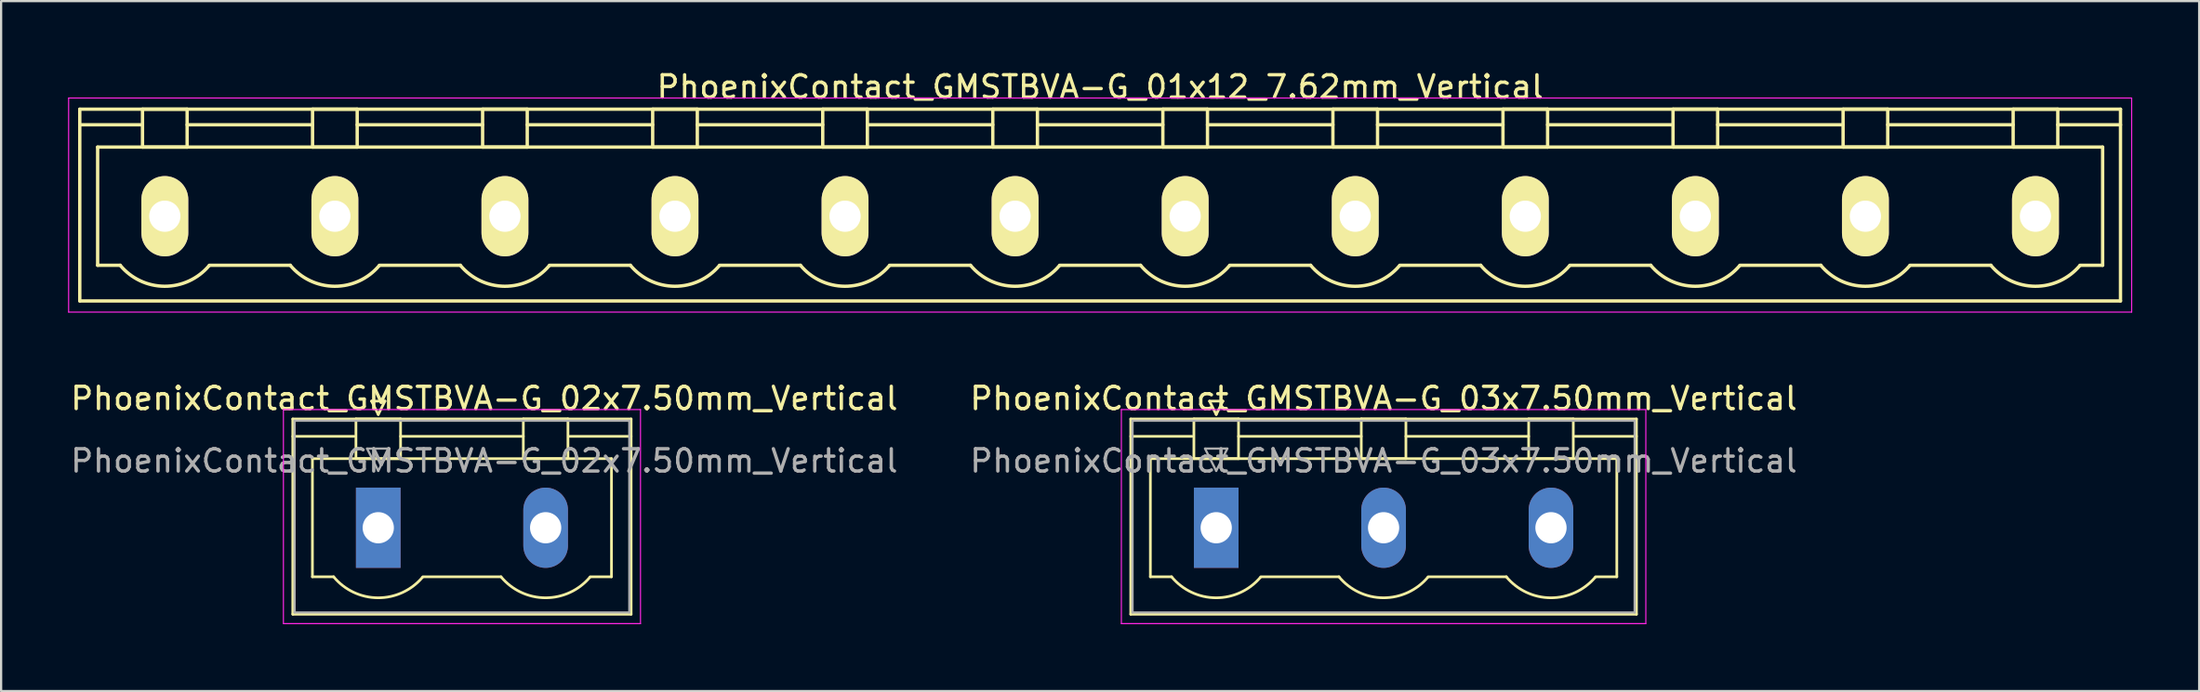
<source format=kicad_pcb>
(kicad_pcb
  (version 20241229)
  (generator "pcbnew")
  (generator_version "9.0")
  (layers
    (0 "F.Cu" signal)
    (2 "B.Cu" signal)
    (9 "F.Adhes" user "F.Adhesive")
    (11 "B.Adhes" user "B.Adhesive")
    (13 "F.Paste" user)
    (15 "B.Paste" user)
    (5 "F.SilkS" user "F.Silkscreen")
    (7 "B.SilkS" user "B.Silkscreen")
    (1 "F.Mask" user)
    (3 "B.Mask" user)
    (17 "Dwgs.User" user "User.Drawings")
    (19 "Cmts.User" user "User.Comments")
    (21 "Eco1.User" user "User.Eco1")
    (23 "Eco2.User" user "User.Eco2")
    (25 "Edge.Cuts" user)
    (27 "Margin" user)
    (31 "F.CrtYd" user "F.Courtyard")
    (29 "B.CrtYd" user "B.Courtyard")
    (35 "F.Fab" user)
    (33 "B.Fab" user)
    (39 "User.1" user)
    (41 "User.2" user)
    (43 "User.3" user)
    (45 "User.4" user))
  (footprint "PhoenixContact_GMSTBVA-G_02x7.50mm_Vertical"
    (layer "F.Cu")
    (at 13.899 20.622)
    (property "Reference" "PhoenixContact_GMSTBVA-G_02x7.50mm_Vertical" (at 4.75 -5.8 0) (layer "F.SilkS") (effects (font (size 1 1) (thickness 0.15))))
    (attr through_hole)
    (fp_line (start -3.83 -4.88) (end -3.83 3.88) (stroke (width 0.12) (type solid)) (layer "F.SilkS"))
    (fp_line (start -3.83 -4.1) (end -1.08 -4.1) (stroke (width 0.12) (type solid)) (layer "F.SilkS"))
    (fp_line (start -3.83 3.88) (end 11.33 3.88) (stroke (width 0.12) (type solid)) (layer "F.SilkS"))
    (fp_line (start -2.95 -3.1) (end 10.45 -3.1) (stroke (width 0.12) (type solid)) (layer "F.SilkS"))
    (fp_line (start -2.95 2.2) (end -2.95 -3.1) (stroke (width 0.12) (type solid)) (layer "F.SilkS"))
    (fp_line (start -2 2.2) (end -2.95 2.2) (stroke (width 0.12) (type solid)) (layer "F.SilkS"))
    (fp_line (start -1 -4.88) (end 1 -4.88) (stroke (width 0.12) (type solid)) (layer "F.SilkS"))
    (fp_line (start -1 -3.1) (end -1 -4.88) (stroke (width 0.12) (type solid)) (layer "F.SilkS"))
    (fp_line (start -0.3 -5.68) (end 0.3 -5.68) (stroke (width 0.12) (type solid)) (layer "F.SilkS"))
    (fp_line (start 0 -5.08) (end -0.3 -5.68) (stroke (width 0.12) (type solid)) (layer "F.SilkS"))
    (fp_line (start 0.3 -5.68) (end 0 -5.08) (stroke (width 0.12) (type solid)) (layer "F.SilkS"))
    (fp_line (start 1 -4.88) (end 1 -3.1) (stroke (width 0.12) (type solid)) (layer "F.SilkS"))
    (fp_line (start 1 -4.1) (end 6.5 -4.1) (stroke (width 0.12) (type solid)) (layer "F.SilkS"))
    (fp_line (start 1 -3.1) (end -1 -3.1) (stroke (width 0.12) (type solid)) (layer "F.SilkS"))
    (fp_line (start 2 2.2) (end 5.5 2.2) (stroke (width 0.12) (type solid)) (layer "F.SilkS"))
    (fp_line (start 6.5 -4.88) (end 8.5 -4.88) (stroke (width 0.12) (type solid)) (layer "F.SilkS"))
    (fp_line (start 6.5 -3.1) (end 6.5 -4.88) (stroke (width 0.12) (type solid)) (layer "F.SilkS"))
    (fp_line (start 8.5 -4.88) (end 8.5 -3.1) (stroke (width 0.12) (type solid)) (layer "F.SilkS"))
    (fp_line (start 8.5 -3.1) (end 6.5 -3.1) (stroke (width 0.12) (type solid)) (layer "F.SilkS"))
    (fp_line (start 10.45 -3.1) (end 10.45 2.2) (stroke (width 0.12) (type solid)) (layer "F.SilkS"))
    (fp_line (start 10.45 2.2) (end 9.5 2.2) (stroke (width 0.12) (type solid)) (layer "F.SilkS"))
    (fp_line (start 11.33 -4.88) (end -3.83 -4.88) (stroke (width 0.12) (type solid)) (layer "F.SilkS"))
    (fp_line (start 11.33 -4.1) (end 8.58 -4.1) (stroke (width 0.12) (type solid)) (layer "F.SilkS"))
    (fp_line (start 11.33 3.88) (end 11.33 -4.88) (stroke (width 0.12) (type solid)) (layer "F.SilkS"))
    (fp_arc (start 1.986842 2.215821) (mid -0.010289 3.142758) (end -2 2.2) (stroke (width 0.12) (type solid)) (layer "F.SilkS"))
    (fp_arc (start 9.486842 2.215821) (mid 7.489711 3.142758) (end 5.5 2.2) (stroke (width 0.12) (type solid)) (layer "F.SilkS"))
    (fp_line (start -4.25 -5.3) (end -4.25 4.3) (stroke (width 0.05) (type solid)) (layer "F.CrtYd"))
    (fp_line (start -4.25 4.3) (end 11.75 4.3) (stroke (width 0.05) (type solid)) (layer "F.CrtYd"))
    (fp_line (start 11.75 -5.3) (end -4.25 -5.3) (stroke (width 0.05) (type solid)) (layer "F.CrtYd"))
    (fp_line (start 11.75 4.3) (end 11.75 -5.3) (stroke (width 0.05) (type solid)) (layer "F.CrtYd"))
    (fp_line (start -3.75 -4.8) (end -3.75 3.8) (stroke (width 0.1) (type solid)) (layer "F.Fab"))
    (fp_line (start -3.75 3.8) (end 11.25 3.8) (stroke (width 0.1) (type solid)) (layer "F.Fab"))
    (fp_line (start -0.5 -3.55) (end 0.5 -3.55) (stroke (width 0.1) (type solid)) (layer "F.Fab"))
    (fp_line (start 0 -2.55) (end -0.5 -3.55) (stroke (width 0.1) (type solid)) (layer "F.Fab"))
    (fp_line (start 0.5 -3.55) (end 0 -2.55) (stroke (width 0.1) (type solid)) (layer "F.Fab"))
    (fp_line (start 11.25 -4.8) (end -3.75 -4.8) (stroke (width 0.1) (type solid)) (layer "F.Fab"))
    (fp_line (start 11.25 3.8) (end 11.25 -4.8) (stroke (width 0.1) (type solid)) (layer "F.Fab"))
    (fp_text user "${REFERENCE}" (at 4.75 -3 0) (layer "F.Fab") (effects (font (size 1 1) (thickness 0.15))))
    (pad "1" thru_hole rect (at 0 0) (size 2 3.6) (drill 1.4) (layers "*.Cu" "*.Mask"))
    (pad "2" thru_hole oval (at 7.5 0) (size 2 3.6) (drill 1.4) (layers "*.Cu" "*.Mask")))
  (footprint "PhoenixContact_GMSTBVA-G_03x7.50mm_Vertical"
    (layer "F.Cu")
    (at 51.446 20.622)
    (property "Reference" "PhoenixContact_GMSTBVA-G_03x7.50mm_Vertical" (at 7.5 -5.8 0) (layer "F.SilkS") (effects (font (size 1 1) (thickness 0.15))))
    (attr through_hole)
    (fp_line (start -3.83 -4.88) (end -3.83 3.88) (stroke (width 0.12) (type solid)) (layer "F.SilkS"))
    (fp_line (start -3.83 -4.1) (end -1.08 -4.1) (stroke (width 0.12) (type solid)) (layer "F.SilkS"))
    (fp_line (start -3.83 3.88) (end 18.83 3.88) (stroke (width 0.12) (type solid)) (layer "F.SilkS"))
    (fp_line (start -2.95 -3.1) (end 17.95 -3.1) (stroke (width 0.12) (type solid)) (layer "F.SilkS"))
    (fp_line (start -2.95 2.2) (end -2.95 -3.1) (stroke (width 0.12) (type solid)) (layer "F.SilkS"))
    (fp_line (start -2 2.2) (end -2.95 2.2) (stroke (width 0.12) (type solid)) (layer "F.SilkS"))
    (fp_line (start -1 -4.88) (end 1 -4.88) (stroke (width 0.12) (type solid)) (layer "F.SilkS"))
    (fp_line (start -1 -3.1) (end -1 -4.88) (stroke (width 0.12) (type solid)) (layer "F.SilkS"))
    (fp_line (start -0.3 -5.68) (end 0.3 -5.68) (stroke (width 0.12) (type solid)) (layer "F.SilkS"))
    (fp_line (start 0 -5.08) (end -0.3 -5.68) (stroke (width 0.12) (type solid)) (layer "F.SilkS"))
    (fp_line (start 0.3 -5.68) (end 0 -5.08) (stroke (width 0.12) (type solid)) (layer "F.SilkS"))
    (fp_line (start 1 -4.88) (end 1 -3.1) (stroke (width 0.12) (type solid)) (layer "F.SilkS"))
    (fp_line (start 1 -4.1) (end 6.5 -4.1) (stroke (width 0.12) (type solid)) (layer "F.SilkS"))
    (fp_line (start 1 -3.1) (end -1 -3.1) (stroke (width 0.12) (type solid)) (layer "F.SilkS"))
    (fp_line (start 2 2.2) (end 5.5 2.2) (stroke (width 0.12) (type solid)) (layer "F.SilkS"))
    (fp_line (start 6.5 -4.88) (end 8.5 -4.88) (stroke (width 0.12) (type solid)) (layer "F.SilkS"))
    (fp_line (start 6.5 -3.1) (end 6.5 -4.88) (stroke (width 0.12) (type solid)) (layer "F.SilkS"))
    (fp_line (start 8.5 -4.88) (end 8.5 -3.1) (stroke (width 0.12) (type solid)) (layer "F.SilkS"))
    (fp_line (start 8.5 -4.1) (end 14 -4.1) (stroke (width 0.12) (type solid)) (layer "F.SilkS"))
    (fp_line (start 8.5 -3.1) (end 6.5 -3.1) (stroke (width 0.12) (type solid)) (layer "F.SilkS"))
    (fp_line (start 9.5 2.2) (end 13 2.2) (stroke (width 0.12) (type solid)) (layer "F.SilkS"))
    (fp_line (start 14 -4.88) (end 16 -4.88) (stroke (width 0.12) (type solid)) (layer "F.SilkS"))
    (fp_line (start 14 -3.1) (end 14 -4.88) (stroke (width 0.12) (type solid)) (layer "F.SilkS"))
    (fp_line (start 16 -4.88) (end 16 -3.1) (stroke (width 0.12) (type solid)) (layer "F.SilkS"))
    (fp_line (start 16 -3.1) (end 14 -3.1) (stroke (width 0.12) (type solid)) (layer "F.SilkS"))
    (fp_line (start 17.95 -3.1) (end 17.95 2.2) (stroke (width 0.12) (type solid)) (layer "F.SilkS"))
    (fp_line (start 17.95 2.2) (end 17 2.2) (stroke (width 0.12) (type solid)) (layer "F.SilkS"))
    (fp_line (start 18.83 -4.88) (end -3.83 -4.88) (stroke (width 0.12) (type solid)) (layer "F.SilkS"))
    (fp_line (start 18.83 -4.1) (end 16.08 -4.1) (stroke (width 0.12) (type solid)) (layer "F.SilkS"))
    (fp_line (start 18.83 3.88) (end 18.83 -4.88) (stroke (width 0.12) (type solid)) (layer "F.SilkS"))
    (fp_arc (start 1.986842 2.215821) (mid -0.010289 3.142758) (end -2 2.2) (stroke (width 0.12) (type solid)) (layer "F.SilkS"))
    (fp_arc (start 9.486842 2.215821) (mid 7.489711 3.142758) (end 5.5 2.2) (stroke (width 0.12) (type solid)) (layer "F.SilkS"))
    (fp_arc (start 16.986842 2.215821) (mid 14.989711 3.142758) (end 13 2.2) (stroke (width 0.12) (type solid)) (layer "F.SilkS"))
    (fp_line (start -4.25 -5.3) (end -4.25 4.3) (stroke (width 0.05) (type solid)) (layer "F.CrtYd"))
    (fp_line (start -4.25 4.3) (end 19.25 4.3) (stroke (width 0.05) (type solid)) (layer "F.CrtYd"))
    (fp_line (start 19.25 -5.3) (end -4.25 -5.3) (stroke (width 0.05) (type solid)) (layer "F.CrtYd"))
    (fp_line (start 19.25 4.3) (end 19.25 -5.3) (stroke (width 0.05) (type solid)) (layer "F.CrtYd"))
    (fp_line (start -3.75 -4.8) (end -3.75 3.8) (stroke (width 0.1) (type solid)) (layer "F.Fab"))
    (fp_line (start -3.75 3.8) (end 18.75 3.8) (stroke (width 0.1) (type solid)) (layer "F.Fab"))
    (fp_line (start -0.5 -3.55) (end 0.5 -3.55) (stroke (width 0.1) (type solid)) (layer "F.Fab"))
    (fp_line (start 0 -2.55) (end -0.5 -3.55) (stroke (width 0.1) (type solid)) (layer "F.Fab"))
    (fp_line (start 0.5 -3.55) (end 0 -2.55) (stroke (width 0.1) (type solid)) (layer "F.Fab"))
    (fp_line (start 18.75 -4.8) (end -3.75 -4.8) (stroke (width 0.1) (type solid)) (layer "F.Fab"))
    (fp_line (start 18.75 3.8) (end 18.75 -4.8) (stroke (width 0.1) (type solid)) (layer "F.Fab"))
    (fp_text user "${REFERENCE}" (at 7.5 -3 0) (layer "F.Fab") (effects (font (size 1 1) (thickness 0.15))))
    (pad "1" thru_hole rect (at 0 0) (size 2 3.6) (drill 1.4) (layers "*.Cu" "*.Mask"))
    (pad "2" thru_hole oval (at 7.5 0) (size 2 3.6) (drill 1.4) (layers "*.Cu" "*.Mask"))
    (pad "3" thru_hole oval (at 15 0) (size 2 3.6) (drill 1.4) (layers "*.Cu" "*.Mask")))
  (footprint "PhoenixContact_GMSTBVA-G_01x12_7.62mm_Vertical"
    (layer "F.Cu")
    (at 4.335 6.648)
    (property "Reference" "PhoenixContact_GMSTBVA-G_01x12_7.62mm_Vertical" (at 41.91 -5.8 0) (layer "F.SilkS") (effects (font (size 1 1) (thickness 0.15))))
    (attr through_hole)
    (fp_line (start -3.81 -4.8) (end -3.81 3.8) (stroke (width 0.15) (type solid)) (layer "F.SilkS"))
    (fp_line (start -3.81 -4.1) (end -1 -4.1) (stroke (width 0.15) (type solid)) (layer "F.SilkS"))
    (fp_line (start -3.81 3.8) (end 87.63 3.8) (stroke (width 0.15) (type solid)) (layer "F.SilkS"))
    (fp_line (start -3.01 -3.1) (end 86.83 -3.1) (stroke (width 0.15) (type solid)) (layer "F.SilkS"))
    (fp_line (start -3.01 2.2) (end -3.01 -3.1) (stroke (width 0.15) (type solid)) (layer "F.SilkS"))
    (fp_line (start -2 2.2) (end -3.01 2.2) (stroke (width 0.15) (type solid)) (layer "F.SilkS"))
    (fp_line (start -1 -4.8) (end 1 -4.8) (stroke (width 0.15) (type solid)) (layer "F.SilkS"))
    (fp_line (start -1 -3.1) (end -1 -4.8) (stroke (width 0.15) (type solid)) (layer "F.SilkS"))
    (fp_line (start 1 -4.8) (end 1 -3.1) (stroke (width 0.15) (type solid)) (layer "F.SilkS"))
    (fp_line (start 1 -4.1) (end 6.62 -4.1) (stroke (width 0.15) (type solid)) (layer "F.SilkS"))
    (fp_line (start 1 -3.1) (end -1 -3.1) (stroke (width 0.15) (type solid)) (layer "F.SilkS"))
    (fp_line (start 2 2.2) (end 5.62 2.2) (stroke (width 0.15) (type solid)) (layer "F.SilkS"))
    (fp_line (start 6.62 -4.8) (end 8.62 -4.8) (stroke (width 0.15) (type solid)) (layer "F.SilkS"))
    (fp_line (start 6.62 -3.1) (end 6.62 -4.8) (stroke (width 0.15) (type solid)) (layer "F.SilkS"))
    (fp_line (start 8.62 -4.8) (end 8.62 -3.1) (stroke (width 0.15) (type solid)) (layer "F.SilkS"))
    (fp_line (start 8.62 -4.1) (end 14.24 -4.1) (stroke (width 0.15) (type solid)) (layer "F.SilkS"))
    (fp_line (start 8.62 -3.1) (end 6.62 -3.1) (stroke (width 0.15) (type solid)) (layer "F.SilkS"))
    (fp_line (start 9.62 2.2) (end 13.24 2.2) (stroke (width 0.15) (type solid)) (layer "F.SilkS"))
    (fp_line (start 14.24 -4.8) (end 16.24 -4.8) (stroke (width 0.15) (type solid)) (layer "F.SilkS"))
    (fp_line (start 14.24 -3.1) (end 14.24 -4.8) (stroke (width 0.15) (type solid)) (layer "F.SilkS"))
    (fp_line (start 16.24 -4.8) (end 16.24 -3.1) (stroke (width 0.15) (type solid)) (layer "F.SilkS"))
    (fp_line (start 16.24 -4.1) (end 21.86 -4.1) (stroke (width 0.15) (type solid)) (layer "F.SilkS"))
    (fp_line (start 16.24 -3.1) (end 14.24 -3.1) (stroke (width 0.15) (type solid)) (layer "F.SilkS"))
    (fp_line (start 17.24 2.2) (end 20.86 2.2) (stroke (width 0.15) (type solid)) (layer "F.SilkS"))
    (fp_line (start 21.86 -4.8) (end 23.86 -4.8) (stroke (width 0.15) (type solid)) (layer "F.SilkS"))
    (fp_line (start 21.86 -3.1) (end 21.86 -4.8) (stroke (width 0.15) (type solid)) (layer "F.SilkS"))
    (fp_line (start 23.86 -4.8) (end 23.86 -3.1) (stroke (width 0.15) (type solid)) (layer "F.SilkS"))
    (fp_line (start 23.86 -4.1) (end 29.48 -4.1) (stroke (width 0.15) (type solid)) (layer "F.SilkS"))
    (fp_line (start 23.86 -3.1) (end 21.86 -3.1) (stroke (width 0.15) (type solid)) (layer "F.SilkS"))
    (fp_line (start 24.86 2.2) (end 28.48 2.2) (stroke (width 0.15) (type solid)) (layer "F.SilkS"))
    (fp_line (start 29.48 -4.8) (end 31.48 -4.8) (stroke (width 0.15) (type solid)) (layer "F.SilkS"))
    (fp_line (start 29.48 -3.1) (end 29.48 -4.8) (stroke (width 0.15) (type solid)) (layer "F.SilkS"))
    (fp_line (start 31.48 -4.8) (end 31.48 -3.1) (stroke (width 0.15) (type solid)) (layer "F.SilkS"))
    (fp_line (start 31.48 -4.1) (end 37.1 -4.1) (stroke (width 0.15) (type solid)) (layer "F.SilkS"))
    (fp_line (start 31.48 -3.1) (end 29.48 -3.1) (stroke (width 0.15) (type solid)) (layer "F.SilkS"))
    (fp_line (start 32.48 2.2) (end 36.1 2.2) (stroke (width 0.15) (type solid)) (layer "F.SilkS"))
    (fp_line (start 37.1 -4.8) (end 39.1 -4.8) (stroke (width 0.15) (type solid)) (layer "F.SilkS"))
    (fp_line (start 37.1 -3.1) (end 37.1 -4.8) (stroke (width 0.15) (type solid)) (layer "F.SilkS"))
    (fp_line (start 39.1 -4.8) (end 39.1 -3.1) (stroke (width 0.15) (type solid)) (layer "F.SilkS"))
    (fp_line (start 39.1 -4.1) (end 44.72 -4.1) (stroke (width 0.15) (type solid)) (layer "F.SilkS"))
    (fp_line (start 39.1 -3.1) (end 37.1 -3.1) (stroke (width 0.15) (type solid)) (layer "F.SilkS"))
    (fp_line (start 40.1 2.2) (end 43.72 2.2) (stroke (width 0.15) (type solid)) (layer "F.SilkS"))
    (fp_line (start 44.72 -4.8) (end 46.72 -4.8) (stroke (width 0.15) (type solid)) (layer "F.SilkS"))
    (fp_line (start 44.72 -3.1) (end 44.72 -4.8) (stroke (width 0.15) (type solid)) (layer "F.SilkS"))
    (fp_line (start 46.72 -4.8) (end 46.72 -3.1) (stroke (width 0.15) (type solid)) (layer "F.SilkS"))
    (fp_line (start 46.72 -4.1) (end 52.34 -4.1) (stroke (width 0.15) (type solid)) (layer "F.SilkS"))
    (fp_line (start 46.72 -3.1) (end 44.72 -3.1) (stroke (width 0.15) (type solid)) (layer "F.SilkS"))
    (fp_line (start 47.72 2.2) (end 51.34 2.2) (stroke (width 0.15) (type solid)) (layer "F.SilkS"))
    (fp_line (start 52.34 -4.8) (end 54.34 -4.8) (stroke (width 0.15) (type solid)) (layer "F.SilkS"))
    (fp_line (start 52.34 -3.1) (end 52.34 -4.8) (stroke (width 0.15) (type solid)) (layer "F.SilkS"))
    (fp_line (start 54.34 -4.8) (end 54.34 -3.1) (stroke (width 0.15) (type solid)) (layer "F.SilkS"))
    (fp_line (start 54.34 -4.1) (end 59.96 -4.1) (stroke (width 0.15) (type solid)) (layer "F.SilkS"))
    (fp_line (start 54.34 -3.1) (end 52.34 -3.1) (stroke (width 0.15) (type solid)) (layer "F.SilkS"))
    (fp_line (start 55.34 2.2) (end 58.96 2.2) (stroke (width 0.15) (type solid)) (layer "F.SilkS"))
    (fp_line (start 59.96 -4.8) (end 61.96 -4.8) (stroke (width 0.15) (type solid)) (layer "F.SilkS"))
    (fp_line (start 59.96 -3.1) (end 59.96 -4.8) (stroke (width 0.15) (type solid)) (layer "F.SilkS"))
    (fp_line (start 61.96 -4.8) (end 61.96 -3.1) (stroke (width 0.15) (type solid)) (layer "F.SilkS"))
    (fp_line (start 61.96 -4.1) (end 67.58 -4.1) (stroke (width 0.15) (type solid)) (layer "F.SilkS"))
    (fp_line (start 61.96 -3.1) (end 59.96 -3.1) (stroke (width 0.15) (type solid)) (layer "F.SilkS"))
    (fp_line (start 62.96 2.2) (end 66.58 2.2) (stroke (width 0.15) (type solid)) (layer "F.SilkS"))
    (fp_line (start 67.58 -4.8) (end 69.58 -4.8) (stroke (width 0.15) (type solid)) (layer "F.SilkS"))
    (fp_line (start 67.58 -3.1) (end 67.58 -4.8) (stroke (width 0.15) (type solid)) (layer "F.SilkS"))
    (fp_line (start 69.58 -4.8) (end 69.58 -3.1) (stroke (width 0.15) (type solid)) (layer "F.SilkS"))
    (fp_line (start 69.58 -4.1) (end 75.2 -4.1) (stroke (width 0.15) (type solid)) (layer "F.SilkS"))
    (fp_line (start 69.58 -3.1) (end 67.58 -3.1) (stroke (width 0.15) (type solid)) (layer "F.SilkS"))
    (fp_line (start 70.58 2.2) (end 74.2 2.2) (stroke (width 0.15) (type solid)) (layer "F.SilkS"))
    (fp_line (start 75.2 -4.8) (end 77.2 -4.8) (stroke (width 0.15) (type solid)) (layer "F.SilkS"))
    (fp_line (start 75.2 -3.1) (end 75.2 -4.8) (stroke (width 0.15) (type solid)) (layer "F.SilkS"))
    (fp_line (start 77.2 -4.8) (end 77.2 -3.1) (stroke (width 0.15) (type solid)) (layer "F.SilkS"))
    (fp_line (start 77.2 -4.1) (end 82.82 -4.1) (stroke (width 0.15) (type solid)) (layer "F.SilkS"))
    (fp_line (start 77.2 -3.1) (end 75.2 -3.1) (stroke (width 0.15) (type solid)) (layer "F.SilkS"))
    (fp_line (start 78.2 2.2) (end 81.82 2.2) (stroke (width 0.15) (type solid)) (layer "F.SilkS"))
    (fp_line (start 82.82 -4.8) (end 84.82 -4.8) (stroke (width 0.15) (type solid)) (layer "F.SilkS"))
    (fp_line (start 82.82 -3.1) (end 82.82 -4.8) (stroke (width 0.15) (type solid)) (layer "F.SilkS"))
    (fp_line (start 84.82 -4.8) (end 84.82 -3.1) (stroke (width 0.15) (type solid)) (layer "F.SilkS"))
    (fp_line (start 84.82 -3.1) (end 82.82 -3.1) (stroke (width 0.15) (type solid)) (layer "F.SilkS"))
    (fp_line (start 86.83 -3.1) (end 86.83 2.2) (stroke (width 0.15) (type solid)) (layer "F.SilkS"))
    (fp_line (start 86.83 2.2) (end 85.82 2.2) (stroke (width 0.15) (type solid)) (layer "F.SilkS"))
    (fp_line (start 87.63 -4.8) (end -3.81 -4.8) (stroke (width 0.15) (type solid)) (layer "F.SilkS"))
    (fp_line (start 87.63 -4.1) (end 84.82 -4.1) (stroke (width 0.15) (type solid)) (layer "F.SilkS"))
    (fp_line (start 87.63 3.8) (end 87.63 -4.8) (stroke (width 0.15) (type solid)) (layer "F.SilkS"))
    (fp_arc (start 1.986842 2.215821) (mid -0.010289 3.142758) (end -2 2.2) (stroke (width 0.15) (type solid)) (layer "F.SilkS"))
    (fp_arc (start 9.606842 2.215821) (mid 7.609711 3.142758) (end 5.62 2.2) (stroke (width 0.15) (type solid)) (layer "F.SilkS"))
    (fp_arc (start 17.226842 2.215821) (mid 15.229711 3.142758) (end 13.24 2.2) (stroke (width 0.15) (type solid)) (layer "F.SilkS"))
    (fp_arc (start 24.846842 2.215821) (mid 22.849711 3.142758) (end 20.86 2.2) (stroke (width 0.15) (type solid)) (layer "F.SilkS"))
    (fp_arc (start 32.466842 2.215821) (mid 30.469711 3.142758) (end 28.48 2.2) (stroke (width 0.15) (type solid)) (layer "F.SilkS"))
    (fp_arc (start 40.086842 2.215821) (mid 38.089711 3.142758) (end 36.1 2.2) (stroke (width 0.15) (type solid)) (layer "F.SilkS"))
    (fp_arc (start 47.706842 2.215821) (mid 45.709711 3.142758) (end 43.72 2.2) (stroke (width 0.15) (type solid)) (layer "F.SilkS"))
    (fp_arc (start 55.326842 2.215821) (mid 53.329711 3.142758) (end 51.34 2.2) (stroke (width 0.15) (type solid)) (layer "F.SilkS"))
    (fp_arc (start 62.946842 2.215821) (mid 60.949711 3.142758) (end 58.96 2.2) (stroke (width 0.15) (type solid)) (layer "F.SilkS"))
    (fp_arc (start 70.566842 2.215821) (mid 68.569711 3.142758) (end 66.58 2.2) (stroke (width 0.15) (type solid)) (layer "F.SilkS"))
    (fp_arc (start 78.186842 2.215821) (mid 76.189711 3.142758) (end 74.2 2.2) (stroke (width 0.15) (type solid)) (layer "F.SilkS"))
    (fp_arc (start 85.806842 2.215821) (mid 83.809711 3.142758) (end 81.82 2.2) (stroke (width 0.15) (type solid)) (layer "F.SilkS"))
    (fp_line (start -4.31 -5.3) (end -4.31 4.3) (stroke (width 0.05) (type solid)) (layer "F.CrtYd"))
    (fp_line (start -4.31 4.3) (end 88.13 4.3) (stroke (width 0.05) (type solid)) (layer "F.CrtYd"))
    (fp_line (start 88.13 -5.3) (end -4.31 -5.3) (stroke (width 0.05) (type solid)) (layer "F.CrtYd"))
    (fp_line (start 88.13 4.3) (end 88.13 -5.3) (stroke (width 0.05) (type solid)) (layer "F.CrtYd"))
    (pad "1" thru_hole oval (at 0 0) (size 2.1 3.6) (drill 1.4) (layers "*.Cu" "*.Mask" "F.SilkS"))
    (pad "2" thru_hole oval (at 7.62 0) (size 2.1 3.6) (drill 1.4) (layers "*.Cu" "*.Mask" "F.SilkS"))
    (pad "3" thru_hole oval (at 15.24 0) (size 2.1 3.6) (drill 1.4) (layers "*.Cu" "*.Mask" "F.SilkS"))
    (pad "4" thru_hole oval (at 22.86 0) (size 2.1 3.6) (drill 1.4) (layers "*.Cu" "*.Mask" "F.SilkS"))
    (pad "5" thru_hole oval (at 30.48 0) (size 2.1 3.6) (drill 1.4) (layers "*.Cu" "*.Mask" "F.SilkS"))
    (pad "6" thru_hole oval (at 38.1 0) (size 2.1 3.6) (drill 1.4) (layers "*.Cu" "*.Mask" "F.SilkS"))
    (pad "7" thru_hole oval (at 45.72 0) (size 2.1 3.6) (drill 1.4) (layers "*.Cu" "*.Mask" "F.SilkS"))
    (pad "8" thru_hole oval (at 53.34 0) (size 2.1 3.6) (drill 1.4) (layers "*.Cu" "*.Mask" "F.SilkS"))
    (pad "9" thru_hole oval (at 60.96 0) (size 2.1 3.6) (drill 1.4) (layers "*.Cu" "*.Mask" "F.SilkS"))
    (pad "10" thru_hole oval (at 68.58 0) (size 2.1 3.6) (drill 1.4) (layers "*.Cu" "*.Mask" "F.SilkS"))
    (pad "11" thru_hole oval (at 76.2 0) (size 2.1 3.6) (drill 1.4) (layers "*.Cu" "*.Mask" "F.SilkS"))
    (pad "12" thru_hole oval (at 83.82 0) (size 2.1 3.6) (drill 1.4) (layers "*.Cu" "*.Mask" "F.SilkS")))
  (gr_rect
    (start -3 -3)
    (end 95.49 27.947)
    (stroke (width 0.1) (type default))
    (fill no)
    (layer "Edge.Cuts")))
</source>
